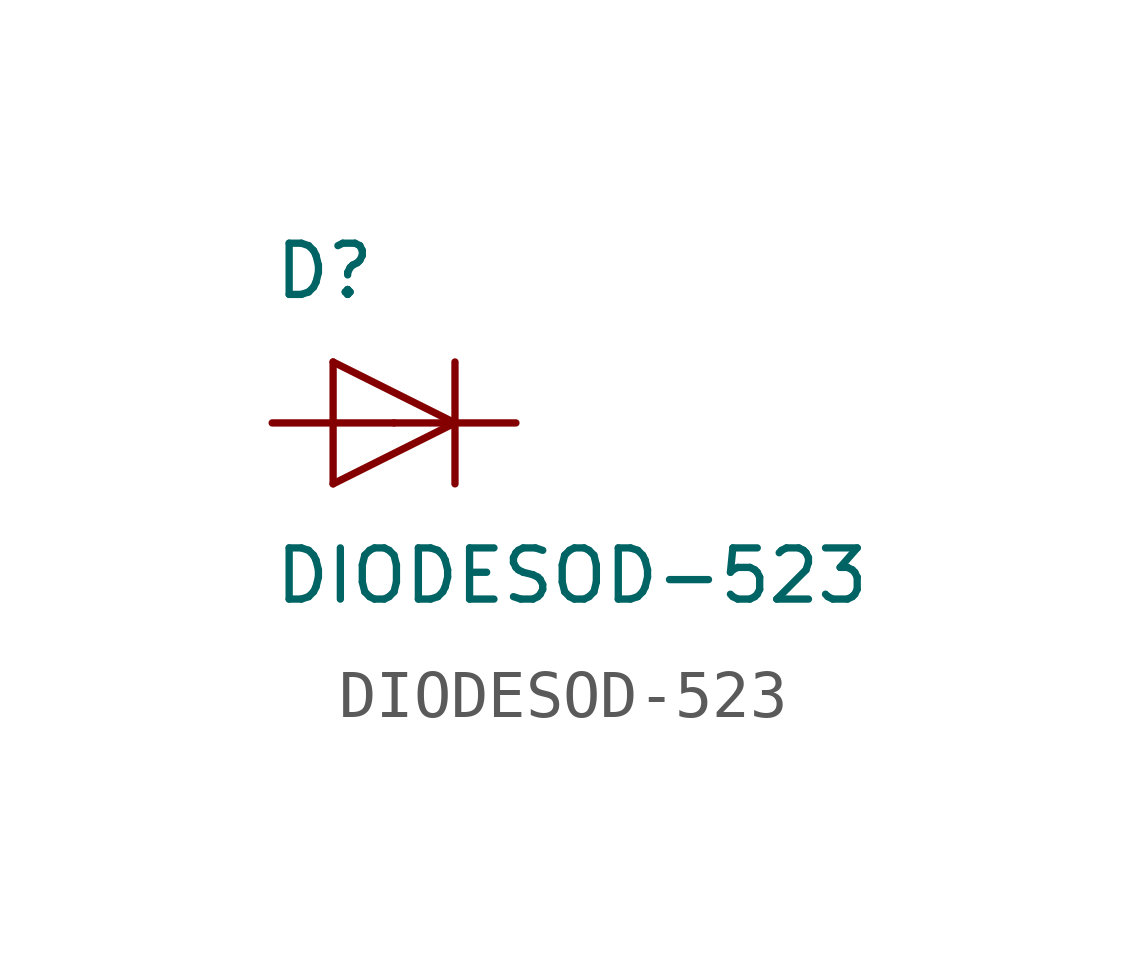
<source format=kicad_sym>
(kicad_symbol_lib
  (version 20211014)
  (generator kicad_symbol_editor)
  (symbol "DIODESOD-523"
    (pin_names
      (offset 1.016))
    (property "Reference" "D"
      (at -2.54 2.54 0)
      (effects (font (size 1.067 1.067)) (justify left bottom)))
    (property "Value" "DIODESOD-523"
      (at -2.54 -3.81 0)
      (effects (font (size 1.067 1.067)) (justify left bottom)))
    (property "ki_locked" ""
      (at 0 0 0)
      (effects (font (size 1.27 1.27))))
    (symbol "DIODESOD-523_1_0"
      (polyline (pts (xy -1.27 -1.27) (xy 1.27 0)) (stroke (width 0) (type default) (color 0 0 0 0)) (fill (type none)))
      (polyline (pts (xy -1.27 1.27) (xy -1.27 -1.27)) (stroke (width 0) (type default) (color 0 0 0 0)) (fill (type none)))
      (polyline (pts (xy 1.27 0) (xy -1.27 1.27)) (stroke (width 0) (type default) (color 0 0 0 0)) (fill (type none)))
      (polyline (pts (xy 1.27 0) (xy 1.27 -1.27)) (stroke (width 0) (type default) (color 0 0 0 0)) (fill (type none)))
      (polyline (pts (xy 1.27 1.27) (xy 1.27 0)) (stroke (width 0) (type default) (color 0 0 0 0)) (fill (type none)))
      (pin passive line (at -2.54 0 0) (length 2.54) (name "A" (effects (font (size 0 0)))) (number "A" (effects (font (size 0 0)))))
      (pin passive line (at 2.54 0 180) (length 2.54) (name "C" (effects (font (size 0 0)))) (number "K" (effects (font (size 0 0))))))))
</source>
